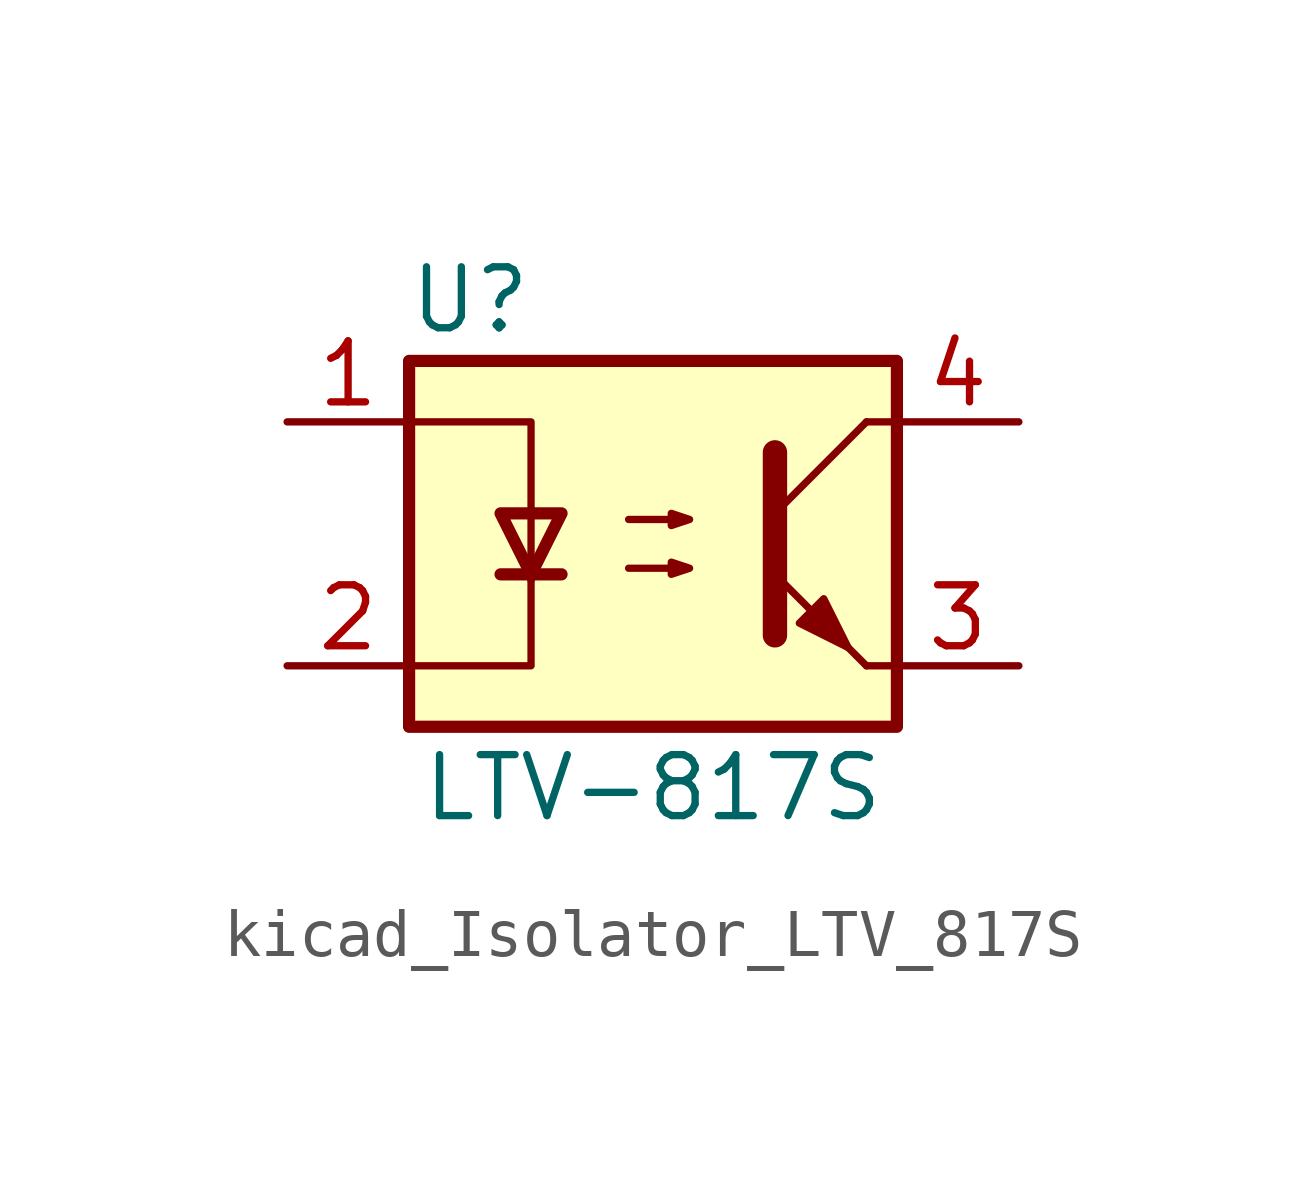
<source format=kicad_sym>
(kicad_symbol_lib
  (version 20220914)
  (generator kicad_symbol_editor)
  (symbol "kicad_Isolator_LTV_817S"
    (pin_names
      (offset 1.016))
    (property "Reference" "U"
      (at -3.81 5.08 0)
      (effects (font (size 1.27 1.27))))
    (property "Value" "LTV-817S"
      (at 0 -5.08 0)
      (effects (font (size 1.27 1.27))))
    (symbol "kicad_Isolator_LTV_817S_1_1"
      (rectangle (start -5.08 3.81) (end 5.08 -3.81) (stroke (width 0.254) (type default)) (fill (type background)))
      (polyline (pts (xy -3.175 -0.635) (xy -1.905 -0.635)) (stroke (width 0.254) (type default)) (fill (type none)))
      (polyline (pts (xy 2.54 0.635) (xy 4.445 2.54)) (stroke (width 0) (type default)) (fill (type none)))
      (polyline (pts (xy 4.445 -2.54) (xy 2.54 -0.635)) (stroke (width 0) (type default)) (fill (type outline)))
      (polyline (pts (xy 4.445 -2.54) (xy 5.08 -2.54)) (stroke (width 0) (type default)) (fill (type none)))
      (polyline (pts (xy 4.445 2.54) (xy 5.08 2.54)) (stroke (width 0) (type default)) (fill (type none)))
      (polyline (pts (xy -5.08 2.54) (xy -2.54 2.54) (xy -2.54 -0.762)) (stroke (width 0) (type default)) (fill (type none)))
      (polyline (pts (xy -2.54 -0.635) (xy -2.54 -2.54) (xy -5.08 -2.54)) (stroke (width 0) (type default)) (fill (type none)))
      (polyline (pts (xy 2.54 1.905) (xy 2.54 -1.905) (xy 2.54 -1.905)) (stroke (width 0.508) (type default)) (fill (type none)))
      (polyline (pts (xy -2.54 -0.635) (xy -3.175 0.635) (xy -1.905 0.635) (xy -2.54 -0.635)) (stroke (width 0.254) (type default)) (fill (type none)))
      (polyline (pts (xy -0.508 -0.508) (xy 0.762 -0.508) (xy 0.381 -0.635) (xy 0.381 -0.381) (xy 0.762 -0.508)) (stroke (width 0) (type default)) (fill (type none)))
      (polyline (pts (xy -0.508 0.508) (xy 0.762 0.508) (xy 0.381 0.381) (xy 0.381 0.635) (xy 0.762 0.508)) (stroke (width 0) (type default)) (fill (type none)))
      (polyline (pts (xy 3.048 -1.651) (xy 3.556 -1.143) (xy 4.064 -2.159) (xy 3.048 -1.651) (xy 3.048 -1.651)) (stroke (width 0) (type default)) (fill (type outline)))
      (pin passive line (at -7.62 2.54 0) (length 2.54) (name "~" (effects (font (size 1.27 1.27)))) (number "1" (effects (font (size 1.27 1.27)))))
      (pin passive line (at -7.62 -2.54 0) (length 2.54) (name "~" (effects (font (size 1.27 1.27)))) (number "2" (effects (font (size 1.27 1.27)))))
      (pin passive line (at 7.62 -2.54 180) (length 2.54) (name "~" (effects (font (size 1.27 1.27)))) (number "3" (effects (font (size 1.27 1.27)))))
      (pin passive line (at 7.62 2.54 180) (length 2.54) (name "~" (effects (font (size 1.27 1.27)))) (number "4" (effects (font (size 1.27 1.27))))))))
</source>
